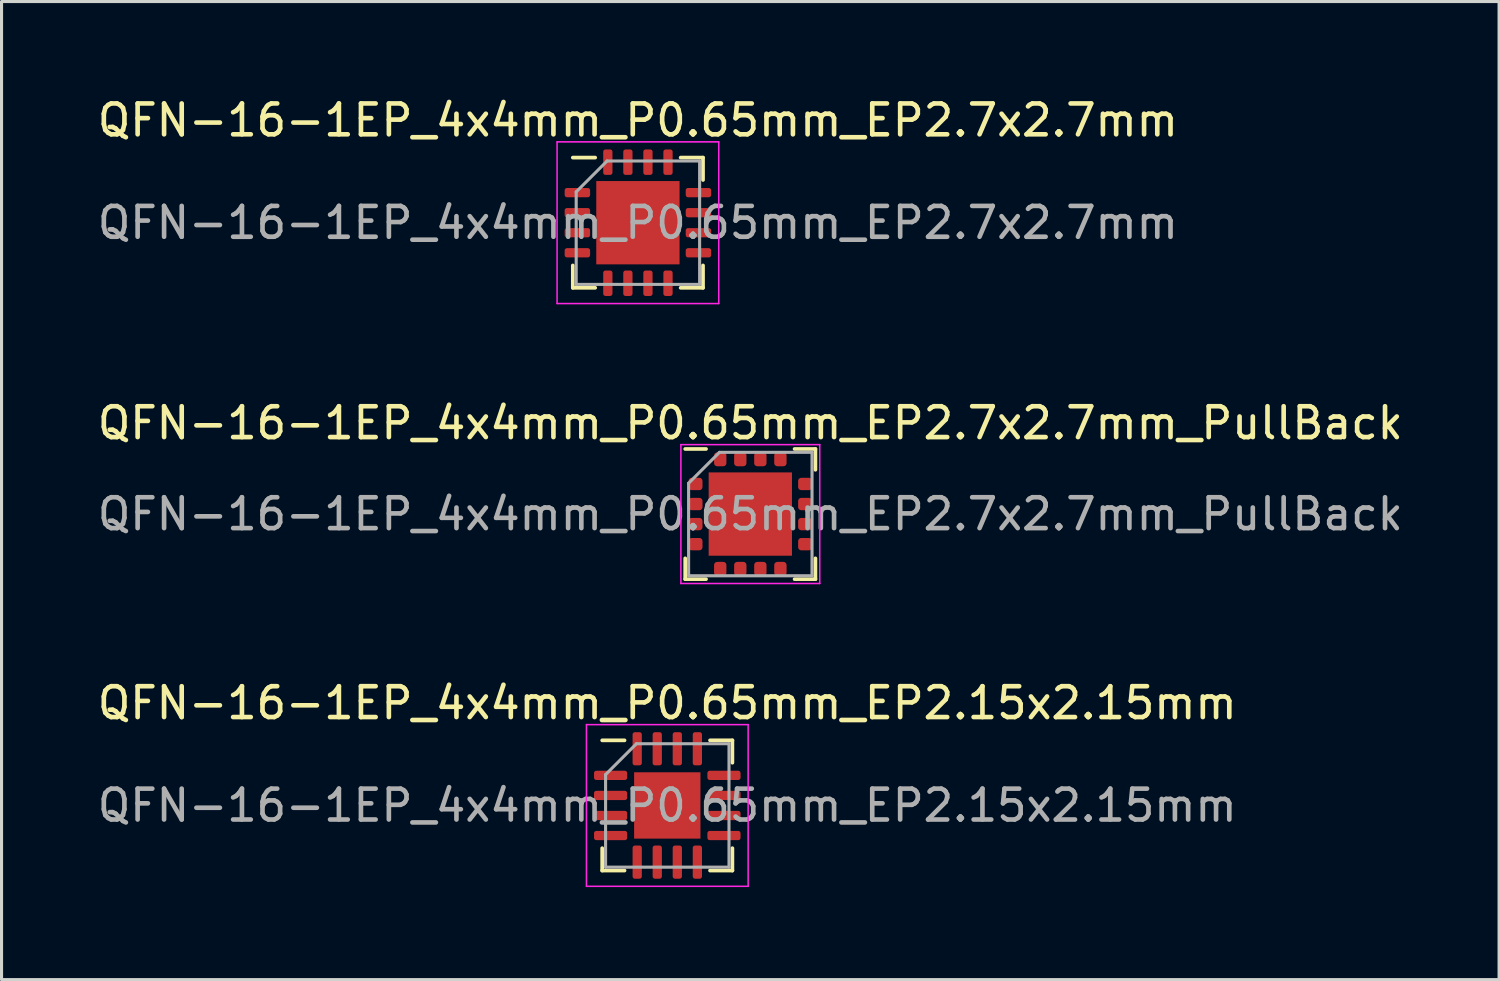
<source format=kicad_pcb>
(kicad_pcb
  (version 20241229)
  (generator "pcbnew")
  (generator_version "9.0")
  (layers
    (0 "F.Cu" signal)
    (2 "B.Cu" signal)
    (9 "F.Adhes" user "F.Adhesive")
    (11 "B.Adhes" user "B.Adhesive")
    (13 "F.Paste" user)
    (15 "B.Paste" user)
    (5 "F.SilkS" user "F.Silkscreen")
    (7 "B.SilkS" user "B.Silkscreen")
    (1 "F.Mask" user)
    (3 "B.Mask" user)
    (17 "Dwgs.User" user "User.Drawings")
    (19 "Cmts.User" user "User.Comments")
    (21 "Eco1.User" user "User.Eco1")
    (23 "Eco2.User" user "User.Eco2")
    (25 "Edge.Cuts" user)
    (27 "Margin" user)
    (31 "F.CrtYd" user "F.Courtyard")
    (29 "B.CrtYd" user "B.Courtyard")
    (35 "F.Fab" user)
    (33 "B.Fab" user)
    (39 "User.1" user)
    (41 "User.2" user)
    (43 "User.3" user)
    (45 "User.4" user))
  (footprint "QFN-16-1EP_4x4mm_P0.65mm_EP2.7x2.7mm"
    (layer "F.Cu")
    (at 17.625 4.168)
    (property "Reference" "QFN-16-1EP_4x4mm_P0.65mm_EP2.7x2.7mm" (at 0 -3.32 0) (layer "F.SilkS") (effects (font (size 1 1) (thickness 0.15))))
    (attr smd)
    (fp_line (start -2.11 2.11) (end -2.11 1.385) (stroke (width 0.12) (type solid)) (layer "F.SilkS"))
    (fp_line (start -1.385 -2.11) (end -2.11 -2.11) (stroke (width 0.12) (type solid)) (layer "F.SilkS"))
    (fp_line (start -1.385 2.11) (end -2.11 2.11) (stroke (width 0.12) (type solid)) (layer "F.SilkS"))
    (fp_line (start 1.385 -2.11) (end 2.11 -2.11) (stroke (width 0.12) (type solid)) (layer "F.SilkS"))
    (fp_line (start 1.385 2.11) (end 2.11 2.11) (stroke (width 0.12) (type solid)) (layer "F.SilkS"))
    (fp_line (start 2.11 -2.11) (end 2.11 -1.385) (stroke (width 0.12) (type solid)) (layer "F.SilkS"))
    (fp_line (start 2.11 2.11) (end 2.11 1.385) (stroke (width 0.12) (type solid)) (layer "F.SilkS"))
    (fp_line (start -2.62 -2.62) (end -2.62 2.62) (stroke (width 0.05) (type solid)) (layer "F.CrtYd"))
    (fp_line (start -2.62 2.62) (end 2.62 2.62) (stroke (width 0.05) (type solid)) (layer "F.CrtYd"))
    (fp_line (start 2.62 -2.62) (end -2.62 -2.62) (stroke (width 0.05) (type solid)) (layer "F.CrtYd"))
    (fp_line (start 2.62 2.62) (end 2.62 -2.62) (stroke (width 0.05) (type solid)) (layer "F.CrtYd"))
    (fp_line (start -2 -1) (end -1 -2) (stroke (width 0.1) (type solid)) (layer "F.Fab"))
    (fp_line (start -2 2) (end -2 -1) (stroke (width 0.1) (type solid)) (layer "F.Fab"))
    (fp_line (start -1 -2) (end 2 -2) (stroke (width 0.1) (type solid)) (layer "F.Fab"))
    (fp_line (start 2 -2) (end 2 2) (stroke (width 0.1) (type solid)) (layer "F.Fab"))
    (fp_line (start 2 2) (end -2 2) (stroke (width 0.1) (type solid)) (layer "F.Fab"))
    (fp_text user "${REFERENCE}" (at 0 0 0) (layer "F.Fab") (effects (font (size 1 1) (thickness 0.15))))
    (pad "" smd roundrect (at -0.675 -0.675) (size 1.09 1.09) (layers "F.Paste") (roundrect_rratio 0.229))
    (pad "" smd roundrect (at -0.675 0.675) (size 1.09 1.09) (layers "F.Paste") (roundrect_rratio 0.229))
    (pad "" smd roundrect (at 0.675 -0.675) (size 1.09 1.09) (layers "F.Paste") (roundrect_rratio 0.229))
    (pad "" smd roundrect (at 0.675 0.675) (size 1.09 1.09) (layers "F.Paste") (roundrect_rratio 0.229))
    (pad "1" smd roundrect (at -1.962 -0.975) (size 0.825 0.3) (layers "F.Cu" "F.Mask" "F.Paste") (roundrect_rratio 0.25))
    (pad "2" smd roundrect (at -1.962 -0.325) (size 0.825 0.3) (layers "F.Cu" "F.Mask" "F.Paste") (roundrect_rratio 0.25))
    (pad "3" smd roundrect (at -1.962 0.325) (size 0.825 0.3) (layers "F.Cu" "F.Mask" "F.Paste") (roundrect_rratio 0.25))
    (pad "4" smd roundrect (at -1.962 0.975) (size 0.825 0.3) (layers "F.Cu" "F.Mask" "F.Paste") (roundrect_rratio 0.25))
    (pad "5" smd roundrect (at -0.975 1.962) (size 0.3 0.825) (layers "F.Cu" "F.Mask" "F.Paste") (roundrect_rratio 0.25))
    (pad "6" smd roundrect (at -0.325 1.962) (size 0.3 0.825) (layers "F.Cu" "F.Mask" "F.Paste") (roundrect_rratio 0.25))
    (pad "7" smd roundrect (at 0.325 1.962) (size 0.3 0.825) (layers "F.Cu" "F.Mask" "F.Paste") (roundrect_rratio 0.25))
    (pad "8" smd roundrect (at 0.975 1.962) (size 0.3 0.825) (layers "F.Cu" "F.Mask" "F.Paste") (roundrect_rratio 0.25))
    (pad "9" smd roundrect (at 1.962 0.975) (size 0.825 0.3) (layers "F.Cu" "F.Mask" "F.Paste") (roundrect_rratio 0.25))
    (pad "10" smd roundrect (at 1.962 0.325) (size 0.825 0.3) (layers "F.Cu" "F.Mask" "F.Paste") (roundrect_rratio 0.25))
    (pad "11" smd roundrect (at 1.962 -0.325) (size 0.825 0.3) (layers "F.Cu" "F.Mask" "F.Paste") (roundrect_rratio 0.25))
    (pad "12" smd roundrect (at 1.962 -0.975) (size 0.825 0.3) (layers "F.Cu" "F.Mask" "F.Paste") (roundrect_rratio 0.25))
    (pad "13" smd roundrect (at 0.975 -1.962) (size 0.3 0.825) (layers "F.Cu" "F.Mask" "F.Paste") (roundrect_rratio 0.25))
    (pad "14" smd roundrect (at 0.325 -1.962) (size 0.3 0.825) (layers "F.Cu" "F.Mask" "F.Paste") (roundrect_rratio 0.25))
    (pad "15" smd roundrect (at -0.325 -1.962) (size 0.3 0.825) (layers "F.Cu" "F.Mask" "F.Paste") (roundrect_rratio 0.25))
    (pad "16" smd roundrect (at -0.975 -1.962) (size 0.3 0.825) (layers "F.Cu" "F.Mask" "F.Paste") (roundrect_rratio 0.25))
    (pad "17" smd rect (at 0 0) (size 2.7 2.7) (layers "F.Cu" "F.Mask")))
  (footprint "QFN-16-1EP_4x4mm_P0.65mm_EP2.7x2.7mm_PullBack"
    (layer "F.Cu")
    (at 21.268 13.611)
    (property "Reference" "QFN-16-1EP_4x4mm_P0.65mm_EP2.7x2.7mm_PullBack" (at 0 -2.95 0) (layer "F.SilkS") (effects (font (size 1 1) (thickness 0.15))))
    (attr smd)
    (fp_line (start -2.11 2.11) (end -2.11 1.435) (stroke (width 0.12) (type solid)) (layer "F.SilkS"))
    (fp_line (start -1.435 -2.11) (end -2.11 -2.11) (stroke (width 0.12) (type solid)) (layer "F.SilkS"))
    (fp_line (start -1.435 2.11) (end -2.11 2.11) (stroke (width 0.12) (type solid)) (layer "F.SilkS"))
    (fp_line (start 1.435 -2.11) (end 2.11 -2.11) (stroke (width 0.12) (type solid)) (layer "F.SilkS"))
    (fp_line (start 1.435 2.11) (end 2.11 2.11) (stroke (width 0.12) (type solid)) (layer "F.SilkS"))
    (fp_line (start 2.11 -2.11) (end 2.11 -1.435) (stroke (width 0.12) (type solid)) (layer "F.SilkS"))
    (fp_line (start 2.11 2.11) (end 2.11 1.435) (stroke (width 0.12) (type solid)) (layer "F.SilkS"))
    (fp_line (start -2.25 -2.25) (end -2.25 2.25) (stroke (width 0.05) (type solid)) (layer "F.CrtYd"))
    (fp_line (start -2.25 2.25) (end 2.25 2.25) (stroke (width 0.05) (type solid)) (layer "F.CrtYd"))
    (fp_line (start 2.25 -2.25) (end -2.25 -2.25) (stroke (width 0.05) (type solid)) (layer "F.CrtYd"))
    (fp_line (start 2.25 2.25) (end 2.25 -2.25) (stroke (width 0.05) (type solid)) (layer "F.CrtYd"))
    (fp_line (start -2 -1) (end -1 -2) (stroke (width 0.1) (type solid)) (layer "F.Fab"))
    (fp_line (start -2 2) (end -2 -1) (stroke (width 0.1) (type solid)) (layer "F.Fab"))
    (fp_line (start -1 -2) (end 2 -2) (stroke (width 0.1) (type solid)) (layer "F.Fab"))
    (fp_line (start 2 -2) (end 2 2) (stroke (width 0.1) (type solid)) (layer "F.Fab"))
    (fp_line (start 2 2) (end -2 2) (stroke (width 0.1) (type solid)) (layer "F.Fab"))
    (fp_text user "${REFERENCE}" (at 0 0 0) (layer "F.Fab") (effects (font (size 1 1) (thickness 0.15))))
    (pad "" smd roundrect (at -0.675 -0.675) (size 1.09 1.09) (layers "F.Paste") (roundrect_rratio 0.229))
    (pad "" smd roundrect (at -0.675 0.675) (size 1.09 1.09) (layers "F.Paste") (roundrect_rratio 0.229))
    (pad "" smd roundrect (at 0.675 -0.675) (size 1.09 1.09) (layers "F.Paste") (roundrect_rratio 0.229))
    (pad "" smd roundrect (at 0.675 0.675) (size 1.09 1.09) (layers "F.Paste") (roundrect_rratio 0.229))
    (pad "1" smd roundrect (at -1.775 -0.975) (size 0.45 0.4) (layers "F.Cu" "F.Mask" "F.Paste") (roundrect_rratio 0.25))
    (pad "2" smd roundrect (at -1.775 -0.325) (size 0.45 0.4) (layers "F.Cu" "F.Mask" "F.Paste") (roundrect_rratio 0.25))
    (pad "3" smd roundrect (at -1.775 0.325) (size 0.45 0.4) (layers "F.Cu" "F.Mask" "F.Paste") (roundrect_rratio 0.25))
    (pad "4" smd roundrect (at -1.775 0.975) (size 0.45 0.4) (layers "F.Cu" "F.Mask" "F.Paste") (roundrect_rratio 0.25))
    (pad "5" smd roundrect (at -0.975 1.775) (size 0.4 0.45) (layers "F.Cu" "F.Mask" "F.Paste") (roundrect_rratio 0.25))
    (pad "6" smd roundrect (at -0.325 1.775) (size 0.4 0.45) (layers "F.Cu" "F.Mask" "F.Paste") (roundrect_rratio 0.25))
    (pad "7" smd roundrect (at 0.325 1.775) (size 0.4 0.45) (layers "F.Cu" "F.Mask" "F.Paste") (roundrect_rratio 0.25))
    (pad "8" smd roundrect (at 0.975 1.775) (size 0.4 0.45) (layers "F.Cu" "F.Mask" "F.Paste") (roundrect_rratio 0.25))
    (pad "9" smd roundrect (at 1.775 0.975) (size 0.45 0.4) (layers "F.Cu" "F.Mask" "F.Paste") (roundrect_rratio 0.25))
    (pad "10" smd roundrect (at 1.775 0.325) (size 0.45 0.4) (layers "F.Cu" "F.Mask" "F.Paste") (roundrect_rratio 0.25))
    (pad "11" smd roundrect (at 1.775 -0.325) (size 0.45 0.4) (layers "F.Cu" "F.Mask" "F.Paste") (roundrect_rratio 0.25))
    (pad "12" smd roundrect (at 1.775 -0.975) (size 0.45 0.4) (layers "F.Cu" "F.Mask" "F.Paste") (roundrect_rratio 0.25))
    (pad "13" smd roundrect (at 0.975 -1.775) (size 0.4 0.45) (layers "F.Cu" "F.Mask" "F.Paste") (roundrect_rratio 0.25))
    (pad "14" smd roundrect (at 0.325 -1.775) (size 0.4 0.45) (layers "F.Cu" "F.Mask" "F.Paste") (roundrect_rratio 0.25))
    (pad "15" smd roundrect (at -0.325 -1.775) (size 0.4 0.45) (layers "F.Cu" "F.Mask" "F.Paste") (roundrect_rratio 0.25))
    (pad "16" smd roundrect (at -0.975 -1.775) (size 0.4 0.45) (layers "F.Cu" "F.Mask" "F.Paste") (roundrect_rratio 0.25))
    (pad "17" smd rect (at 0 0) (size 2.7 2.7) (layers "F.Cu" "F.Mask")))
  (footprint "QFN-16-1EP_4x4mm_P0.65mm_EP2.15x2.15mm"
    (layer "F.Cu")
    (at 18.577 23.055)
    (property "Reference" "QFN-16-1EP_4x4mm_P0.65mm_EP2.15x2.15mm" (at 0 -3.32 0) (layer "F.SilkS") (effects (font (size 1 1) (thickness 0.15))))
    (attr smd)
    (fp_line (start -2.11 2.11) (end -2.11 1.385) (stroke (width 0.12) (type solid)) (layer "F.SilkS"))
    (fp_line (start -1.385 -2.11) (end -2.11 -2.11) (stroke (width 0.12) (type solid)) (layer "F.SilkS"))
    (fp_line (start -1.385 2.11) (end -2.11 2.11) (stroke (width 0.12) (type solid)) (layer "F.SilkS"))
    (fp_line (start 1.385 -2.11) (end 2.11 -2.11) (stroke (width 0.12) (type solid)) (layer "F.SilkS"))
    (fp_line (start 1.385 2.11) (end 2.11 2.11) (stroke (width 0.12) (type solid)) (layer "F.SilkS"))
    (fp_line (start 2.11 -2.11) (end 2.11 -1.385) (stroke (width 0.12) (type solid)) (layer "F.SilkS"))
    (fp_line (start 2.11 2.11) (end 2.11 1.385) (stroke (width 0.12) (type solid)) (layer "F.SilkS"))
    (fp_line (start -2.62 -2.62) (end -2.62 2.62) (stroke (width 0.05) (type solid)) (layer "F.CrtYd"))
    (fp_line (start -2.62 2.62) (end 2.62 2.62) (stroke (width 0.05) (type solid)) (layer "F.CrtYd"))
    (fp_line (start 2.62 -2.62) (end -2.62 -2.62) (stroke (width 0.05) (type solid)) (layer "F.CrtYd"))
    (fp_line (start 2.62 2.62) (end 2.62 -2.62) (stroke (width 0.05) (type solid)) (layer "F.CrtYd"))
    (fp_line (start -2 -1) (end -1 -2) (stroke (width 0.1) (type solid)) (layer "F.Fab"))
    (fp_line (start -2 2) (end -2 -1) (stroke (width 0.1) (type solid)) (layer "F.Fab"))
    (fp_line (start -1 -2) (end 2 -2) (stroke (width 0.1) (type solid)) (layer "F.Fab"))
    (fp_line (start 2 -2) (end 2 2) (stroke (width 0.1) (type solid)) (layer "F.Fab"))
    (fp_line (start 2 2) (end -2 2) (stroke (width 0.1) (type solid)) (layer "F.Fab"))
    (fp_text user "${REFERENCE}" (at 0 0 0) (layer "F.Fab") (effects (font (size 1 1) (thickness 0.15))))
    (pad "" smd roundrect (at -0.54 -0.54) (size 0.87 0.87) (layers "F.Paste") (roundrect_rratio 0.25))
    (pad "" smd roundrect (at -0.54 0.54) (size 0.87 0.87) (layers "F.Paste") (roundrect_rratio 0.25))
    (pad "" smd roundrect (at 0.54 -0.54) (size 0.87 0.87) (layers "F.Paste") (roundrect_rratio 0.25))
    (pad "" smd roundrect (at 0.54 0.54) (size 0.87 0.87) (layers "F.Paste") (roundrect_rratio 0.25))
    (pad "1" smd roundrect (at -1.837 -0.975) (size 1.075 0.3) (layers "F.Cu" "F.Mask" "F.Paste") (roundrect_rratio 0.25))
    (pad "2" smd roundrect (at -1.837 -0.325) (size 1.075 0.3) (layers "F.Cu" "F.Mask" "F.Paste") (roundrect_rratio 0.25))
    (pad "3" smd roundrect (at -1.837 0.325) (size 1.075 0.3) (layers "F.Cu" "F.Mask" "F.Paste") (roundrect_rratio 0.25))
    (pad "4" smd roundrect (at -1.837 0.975) (size 1.075 0.3) (layers "F.Cu" "F.Mask" "F.Paste") (roundrect_rratio 0.25))
    (pad "5" smd roundrect (at -0.975 1.837) (size 0.3 1.075) (layers "F.Cu" "F.Mask" "F.Paste") (roundrect_rratio 0.25))
    (pad "6" smd roundrect (at -0.325 1.837) (size 0.3 1.075) (layers "F.Cu" "F.Mask" "F.Paste") (roundrect_rratio 0.25))
    (pad "7" smd roundrect (at 0.325 1.837) (size 0.3 1.075) (layers "F.Cu" "F.Mask" "F.Paste") (roundrect_rratio 0.25))
    (pad "8" smd roundrect (at 0.975 1.837) (size 0.3 1.075) (layers "F.Cu" "F.Mask" "F.Paste") (roundrect_rratio 0.25))
    (pad "9" smd roundrect (at 1.837 0.975) (size 1.075 0.3) (layers "F.Cu" "F.Mask" "F.Paste") (roundrect_rratio 0.25))
    (pad "10" smd roundrect (at 1.837 0.325) (size 1.075 0.3) (layers "F.Cu" "F.Mask" "F.Paste") (roundrect_rratio 0.25))
    (pad "11" smd roundrect (at 1.837 -0.325) (size 1.075 0.3) (layers "F.Cu" "F.Mask" "F.Paste") (roundrect_rratio 0.25))
    (pad "12" smd roundrect (at 1.837 -0.975) (size 1.075 0.3) (layers "F.Cu" "F.Mask" "F.Paste") (roundrect_rratio 0.25))
    (pad "13" smd roundrect (at 0.975 -1.837) (size 0.3 1.075) (layers "F.Cu" "F.Mask" "F.Paste") (roundrect_rratio 0.25))
    (pad "14" smd roundrect (at 0.325 -1.837) (size 0.3 1.075) (layers "F.Cu" "F.Mask" "F.Paste") (roundrect_rratio 0.25))
    (pad "15" smd roundrect (at -0.325 -1.837) (size 0.3 1.075) (layers "F.Cu" "F.Mask" "F.Paste") (roundrect_rratio 0.25))
    (pad "16" smd roundrect (at -0.975 -1.837) (size 0.3 1.075) (layers "F.Cu" "F.Mask" "F.Paste") (roundrect_rratio 0.25))
    (pad "17" smd rect (at 0 0) (size 2.15 2.15) (layers "F.Cu" "F.Mask")))
  (gr_rect
    (start -3 -3)
    (end 45.536 28.7)
    (stroke (width 0.1) (type default))
    (fill no)
    (layer "Edge.Cuts")))
</source>
